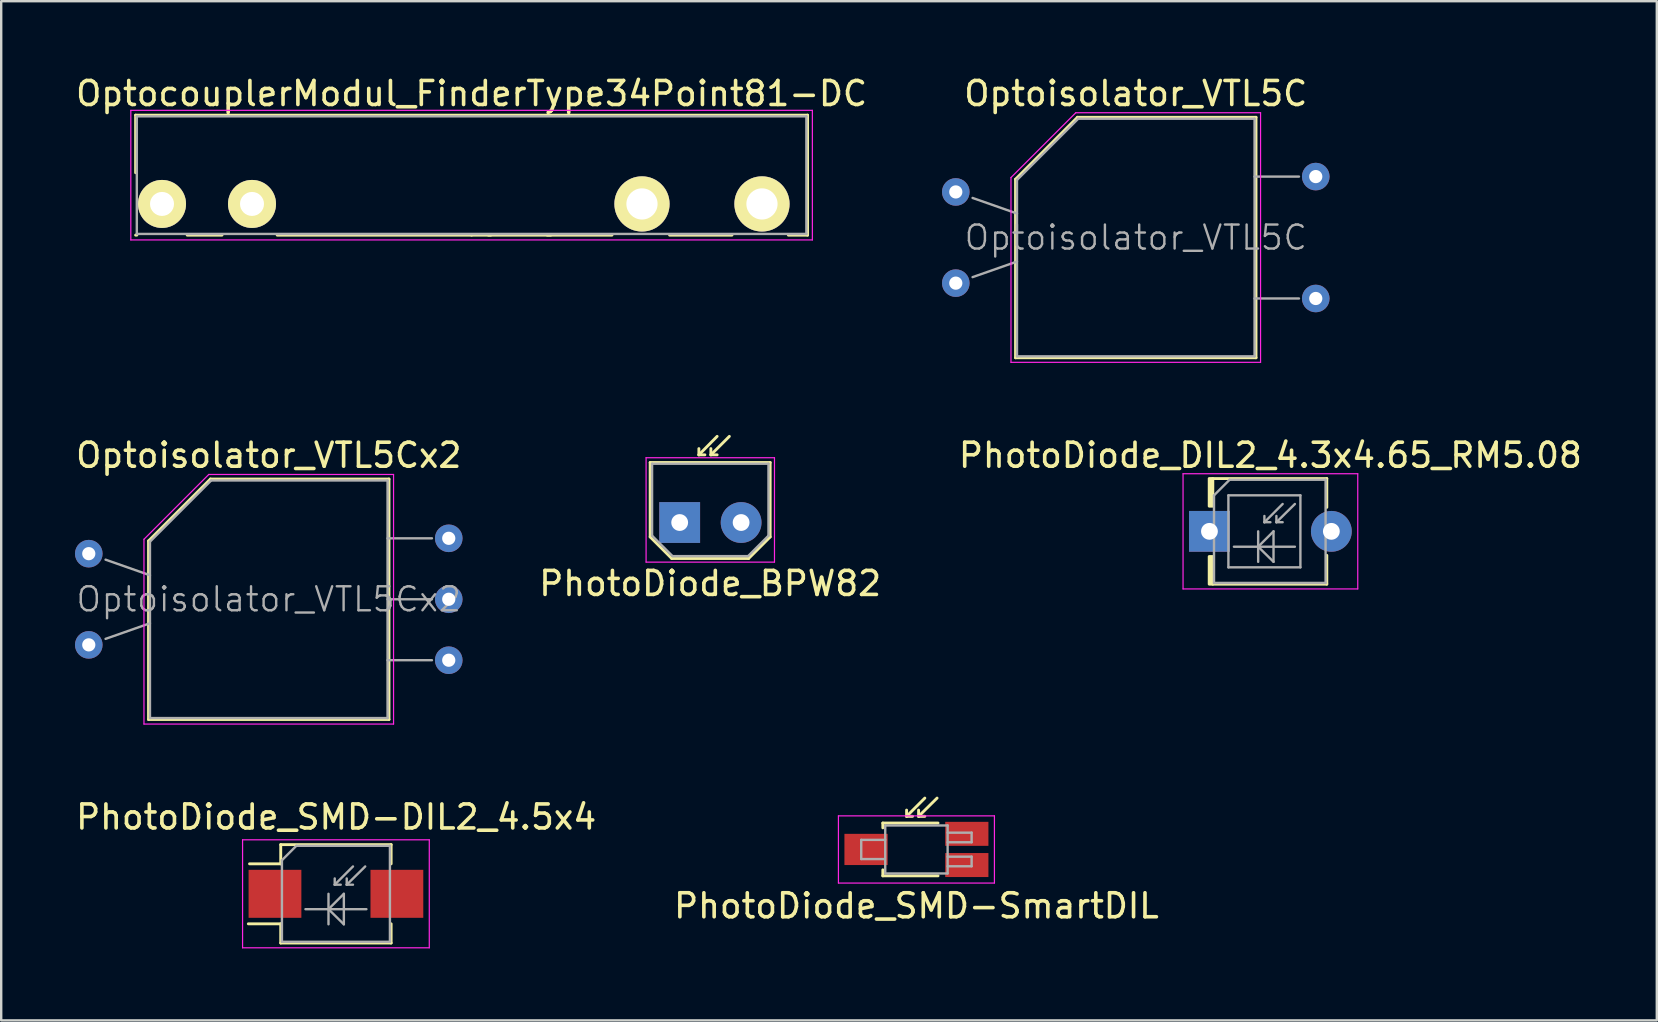
<source format=kicad_pcb>
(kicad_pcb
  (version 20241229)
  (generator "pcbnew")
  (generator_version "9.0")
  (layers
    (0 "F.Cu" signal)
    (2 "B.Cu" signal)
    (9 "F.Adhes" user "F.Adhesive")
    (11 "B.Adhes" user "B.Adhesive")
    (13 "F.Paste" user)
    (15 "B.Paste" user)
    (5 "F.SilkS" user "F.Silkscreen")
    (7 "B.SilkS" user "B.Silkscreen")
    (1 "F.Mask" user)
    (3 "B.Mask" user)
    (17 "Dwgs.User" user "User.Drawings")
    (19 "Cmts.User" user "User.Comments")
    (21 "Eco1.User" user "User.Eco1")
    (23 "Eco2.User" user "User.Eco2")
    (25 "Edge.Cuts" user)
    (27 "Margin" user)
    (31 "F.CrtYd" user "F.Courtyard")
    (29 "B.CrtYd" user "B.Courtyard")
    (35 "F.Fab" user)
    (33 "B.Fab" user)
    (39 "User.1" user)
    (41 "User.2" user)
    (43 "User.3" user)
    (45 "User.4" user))
  (footprint "PhotoDiode_SMD-DIL2_4.5x4"
    (layer "F.Cu")
    (at 10.948 34.195)
    (property "Reference" "PhotoDiode_SMD-DIL2_4.5x4" (at 0.01 -3.2 0) (layer "F.SilkS") (effects (font (size 1 1) (thickness 0.15))))
    (attr smd)
    (fp_line (start -3.65 1.25) (end -2.3 1.25) (stroke (width 0.12) (type solid)) (layer "F.SilkS"))
    (fp_line (start -2.3 -2.05) (end -2.3 -1.25) (stroke (width 0.12) (type solid)) (layer "F.SilkS"))
    (fp_line (start -2.3 -1.25) (end -3.6 -1.25) (stroke (width 0.12) (type solid)) (layer "F.SilkS"))
    (fp_line (start -2.3 1.25) (end -2.3 2.05) (stroke (width 0.12) (type solid)) (layer "F.SilkS"))
    (fp_line (start -2.3 2.05) (end 2.3 2.05) (stroke (width 0.12) (type solid)) (layer "F.SilkS"))
    (fp_line (start 2.3 -2.05) (end -2.3 -2.05) (stroke (width 0.12) (type solid)) (layer "F.SilkS"))
    (fp_line (start 2.3 -1.25) (end 2.3 -2.05) (stroke (width 0.12) (type solid)) (layer "F.SilkS"))
    (fp_line (start 2.3 2.05) (end 2.3 1.25) (stroke (width 0.12) (type solid)) (layer "F.SilkS"))
    (fp_line (start -3.89 -2.25) (end -3.89 2.25) (stroke (width 0.05) (type solid)) (layer "F.CrtYd"))
    (fp_line (start -3.89 -2.25) (end 3.89 -2.25) (stroke (width 0.05) (type solid)) (layer "F.CrtYd"))
    (fp_line (start 3.89 2.25) (end -3.89 2.25) (stroke (width 0.05) (type solid)) (layer "F.CrtYd"))
    (fp_line (start 3.89 2.25) (end 3.89 -2.25) (stroke (width 0.05) (type solid)) (layer "F.CrtYd"))
    (fp_line (start -2.25 -1.4) (end -2.25 2) (stroke (width 0.1) (type solid)) (layer "F.Fab"))
    (fp_line (start -2.25 -1.4) (end -1.65 -2) (stroke (width 0.1) (type solid)) (layer "F.Fab"))
    (fp_line (start -1.65 -2) (end 2.25 -2) (stroke (width 0.1) (type solid)) (layer "F.Fab"))
    (fp_line (start -1.27 0.64) (end 1.27 0.64) (stroke (width 0.1) (type solid)) (layer "F.Fab"))
    (fp_line (start -0.31 0) (end -0.31 1.27) (stroke (width 0.1) (type solid)) (layer "F.Fab"))
    (fp_line (start -0.31 0.64) (end 0.33 0) (stroke (width 0.1) (type solid)) (layer "F.Fab"))
    (fp_line (start -0.05 -0.38) (end -0.05 -0.64) (stroke (width 0.1) (type solid)) (layer "F.Fab"))
    (fp_line (start -0.05 -0.38) (end 0.2 -0.38) (stroke (width 0.1) (type solid)) (layer "F.Fab"))
    (fp_line (start 0.33 0) (end 0.33 1.27) (stroke (width 0.1) (type solid)) (layer "F.Fab"))
    (fp_line (start 0.33 1.27) (end -0.31 0.64) (stroke (width 0.1) (type solid)) (layer "F.Fab"))
    (fp_line (start 0.45 -0.38) (end 0.45 -0.64) (stroke (width 0.1) (type solid)) (layer "F.Fab"))
    (fp_line (start 0.45 -0.38) (end 0.71 -0.38) (stroke (width 0.1) (type solid)) (layer "F.Fab"))
    (fp_line (start 0.71 -1.14) (end -0.05 -0.38) (stroke (width 0.1) (type solid)) (layer "F.Fab"))
    (fp_line (start 1.22 -1.14) (end 0.45 -0.38) (stroke (width 0.1) (type solid)) (layer "F.Fab"))
    (fp_line (start 2.25 -2) (end 2.25 2) (stroke (width 0.1) (type solid)) (layer "F.Fab"))
    (fp_line (start 2.25 2) (end -2.25 2) (stroke (width 0.1) (type solid)) (layer "F.Fab"))
    (pad "1" smd rect (at -2.54 0 180) (size 2.2 2) (layers "F.Cu" "F.Mask" "F.Paste"))
    (pad "2" smd rect (at 2.54 0 180) (size 2.2 2) (layers "F.Cu" "F.Mask" "F.Paste")))
  (footprint "PhotoDiode_SMD-SmartDIL"
    (layer "F.Cu")
    (at 35.137 32.346)
    (property "Reference" "PhotoDiode_SMD-SmartDIL" (at 0 2.35 0) (layer "F.SilkS") (effects (font (size 1 1) (thickness 0.15))))
    (attr smd)
    (fp_line (start -1.4 -1.1) (end -1.4 -0.9) (stroke (width 0.12) (type solid)) (layer "F.SilkS"))
    (fp_line (start -1.4 -1.1) (end 0.9 -1.1) (stroke (width 0.12) (type solid)) (layer "F.SilkS"))
    (fp_line (start -1.4 1.1) (end -1.4 0.85) (stroke (width 0.12) (type solid)) (layer "F.SilkS"))
    (fp_line (start -0.41 -1.38) (end -0.41 -1.64) (stroke (width 0.12) (type solid)) (layer "F.SilkS"))
    (fp_line (start -0.41 -1.38) (end -0.16 -1.38) (stroke (width 0.12) (type solid)) (layer "F.SilkS"))
    (fp_line (start 0.09 -1.38) (end 0.09 -1.64) (stroke (width 0.12) (type solid)) (layer "F.SilkS"))
    (fp_line (start 0.09 -1.38) (end 0.35 -1.38) (stroke (width 0.12) (type solid)) (layer "F.SilkS"))
    (fp_line (start 0.35 -2.14) (end -0.41 -1.38) (stroke (width 0.12) (type solid)) (layer "F.SilkS"))
    (fp_line (start 0.86 -2.14) (end 0.09 -1.38) (stroke (width 0.12) (type solid)) (layer "F.SilkS"))
    (fp_line (start 0.9 1.1) (end -1.4 1.1) (stroke (width 0.12) (type solid)) (layer "F.SilkS"))
    (fp_line (start -3.25 -1.4) (end -3.25 1.4) (stroke (width 0.05) (type solid)) (layer "F.CrtYd"))
    (fp_line (start -3.25 -1.4) (end 3.25 -1.4) (stroke (width 0.05) (type solid)) (layer "F.CrtYd"))
    (fp_line (start 3.25 1.4) (end -3.25 1.4) (stroke (width 0.05) (type solid)) (layer "F.CrtYd"))
    (fp_line (start 3.25 1.4) (end 3.25 -1.4) (stroke (width 0.05) (type solid)) (layer "F.CrtYd"))
    (fp_line (start -2.3 -0.4) (end -2.3 0.4) (stroke (width 0.1) (type solid)) (layer "F.Fab"))
    (fp_line (start -2.3 0.4) (end -1.35 0.4) (stroke (width 0.1) (type solid)) (layer "F.Fab"))
    (fp_line (start -1.3 -1) (end -1.3 1) (stroke (width 0.1) (type solid)) (layer "F.Fab"))
    (fp_line (start -1.3 -0.4) (end -2.3 -0.4) (stroke (width 0.1) (type solid)) (layer "F.Fab"))
    (fp_line (start -1.3 1) (end 1.3 1) (stroke (width 0.1) (type solid)) (layer "F.Fab"))
    (fp_line (start 1.3 -1) (end -1.3 -1) (stroke (width 0.1) (type solid)) (layer "F.Fab"))
    (fp_line (start 1.3 -0.7) (end 2.3 -0.7) (stroke (width 0.1) (type solid)) (layer "F.Fab"))
    (fp_line (start 1.3 0.3) (end 2.3 0.3) (stroke (width 0.1) (type solid)) (layer "F.Fab"))
    (fp_line (start 1.3 1) (end 1.3 -1) (stroke (width 0.1) (type solid)) (layer "F.Fab"))
    (fp_line (start 2.3 -0.7) (end 2.3 -0.3) (stroke (width 0.1) (type solid)) (layer "F.Fab"))
    (fp_line (start 2.3 -0.3) (end 1.3 -0.3) (stroke (width 0.1) (type solid)) (layer "F.Fab"))
    (fp_line (start 2.3 0.3) (end 2.3 0.7) (stroke (width 0.1) (type solid)) (layer "F.Fab"))
    (fp_line (start 2.3 0.7) (end 1.3 0.7) (stroke (width 0.1) (type solid)) (layer "F.Fab"))
    (pad "1" smd rect (at -2.1 0 180) (size 1.8 1.3) (layers "F.Cu" "F.Mask" "F.Paste"))
    (pad "2" smd rect (at 2.1 -0.65 180) (size 1.8 1) (layers "F.Cu" "F.Mask" "F.Paste"))
    (pad "3" smd rect (at 2.1 0.65 180) (size 1.8 1) (layers "F.Cu" "F.Mask" "F.Paste")))
  (footprint "PhotoDiode_DIL2_4.3x4.65_RM5.08"
    (layer "F.Cu")
    (at 47.347 19.091)
    (property "Reference" "PhotoDiode_DIL2_4.3x4.65_RM5.08" (at 2.54 -3.17 0) (layer "F.SilkS") (effects (font (size 1 1) (thickness 0.15))))
    (attr through_hole)
    (fp_line (start -0.01 -1.05) (end -0.01 -2.2) (stroke (width 0.12) (type solid)) (layer "F.SilkS"))
    (fp_line (start -0.01 1.05) (end -0.01 2.2) (stroke (width 0.12) (type solid)) (layer "F.SilkS"))
    (fp_line (start 0.04 -2.2) (end 0.04 -1.05) (stroke (width 0.12) (type solid)) (layer "F.SilkS"))
    (fp_line (start 0.04 2.2) (end 0.04 1.05) (stroke (width 0.12) (type solid)) (layer "F.SilkS"))
    (fp_line (start 0.09 -2.2) (end 0.09 -1.05) (stroke (width 0.12) (type solid)) (layer "F.SilkS"))
    (fp_line (start 0.09 1.05) (end 0.09 2.2) (stroke (width 0.12) (type solid)) (layer "F.SilkS"))
    (fp_line (start 0.14 -2.2) (end 4.89 -2.2) (stroke (width 0.12) (type solid)) (layer "F.SilkS"))
    (fp_line (start 0.14 -1.05) (end 0.14 -2.2) (stroke (width 0.12) (type solid)) (layer "F.SilkS"))
    (fp_line (start 0.14 2.2) (end 0.14 1.05) (stroke (width 0.12) (type solid)) (layer "F.SilkS"))
    (fp_line (start 4.89 -2.2) (end 4.89 -1) (stroke (width 0.12) (type solid)) (layer "F.SilkS"))
    (fp_line (start 4.89 1) (end 4.89 2.2) (stroke (width 0.12) (type solid)) (layer "F.SilkS"))
    (fp_line (start 4.89 2.2) (end 0.14 2.2) (stroke (width 0.12) (type solid)) (layer "F.SilkS"))
    (fp_line (start -1.1 -2.4) (end -1.1 2.4) (stroke (width 0.05) (type solid)) (layer "F.CrtYd"))
    (fp_line (start -1.1 -2.4) (end 6.18 -2.4) (stroke (width 0.05) (type solid)) (layer "F.CrtYd"))
    (fp_line (start 6.18 2.4) (end -1.1 2.4) (stroke (width 0.05) (type solid)) (layer "F.CrtYd"))
    (fp_line (start 6.18 2.4) (end 6.18 -2.4) (stroke (width 0.05) (type solid)) (layer "F.CrtYd"))
    (fp_line (start 0.19 -1.5) (end 0.84 -2.15) (stroke (width 0.1) (type solid)) (layer "F.Fab"))
    (fp_line (start 0.19 2.15) (end 0.19 -1.5) (stroke (width 0.1) (type solid)) (layer "F.Fab"))
    (fp_line (start 0.79 -1.5) (end 0.79 1.5) (stroke (width 0.1) (type solid)) (layer "F.Fab"))
    (fp_line (start 0.79 1.5) (end 3.79 1.5) (stroke (width 0.1) (type solid)) (layer "F.Fab"))
    (fp_line (start 0.84 -2.15) (end 4.84 -2.15) (stroke (width 0.1) (type solid)) (layer "F.Fab"))
    (fp_line (start 1.02 0.64) (end 3.56 0.64) (stroke (width 0.1) (type solid)) (layer "F.Fab"))
    (fp_line (start 2.03 0) (end 2.03 1.27) (stroke (width 0.1) (type solid)) (layer "F.Fab"))
    (fp_line (start 2.03 0.64) (end 2.67 0) (stroke (width 0.1) (type solid)) (layer "F.Fab"))
    (fp_line (start 2.29 -0.38) (end 2.29 -0.64) (stroke (width 0.1) (type solid)) (layer "F.Fab"))
    (fp_line (start 2.29 -0.38) (end 2.54 -0.38) (stroke (width 0.1) (type solid)) (layer "F.Fab"))
    (fp_line (start 2.67 0) (end 2.67 1.27) (stroke (width 0.1) (type solid)) (layer "F.Fab"))
    (fp_line (start 2.67 1.27) (end 2.03 0.64) (stroke (width 0.1) (type solid)) (layer "F.Fab"))
    (fp_line (start 2.79 -0.38) (end 2.79 -0.64) (stroke (width 0.1) (type solid)) (layer "F.Fab"))
    (fp_line (start 2.79 -0.38) (end 3.05 -0.38) (stroke (width 0.1) (type solid)) (layer "F.Fab"))
    (fp_line (start 3.05 -1.14) (end 2.29 -0.38) (stroke (width 0.1) (type solid)) (layer "F.Fab"))
    (fp_line (start 3.56 -1.14) (end 2.79 -0.38) (stroke (width 0.1) (type solid)) (layer "F.Fab"))
    (fp_line (start 3.79 -1.5) (end 0.79 -1.5) (stroke (width 0.1) (type solid)) (layer "F.Fab"))
    (fp_line (start 3.79 1.5) (end 3.79 -1.5) (stroke (width 0.1) (type solid)) (layer "F.Fab"))
    (fp_line (start 4.84 -2.15) (end 4.84 2.15) (stroke (width 0.1) (type solid)) (layer "F.Fab"))
    (fp_line (start 4.84 2.15) (end 0.19 2.15) (stroke (width 0.1) (type solid)) (layer "F.Fab"))
    (pad "1" thru_hole rect (at 0 0 180) (size 1.7 1.7) (drill 0.7) (layers "*.Cu" "*.Mask"))
    (pad "2" thru_hole circle (at 5.08 0 180) (size 1.7 1.7) (drill 0.7) (layers "*.Cu" "*.Mask")))
  (footprint "OptocouplerModul_FinderType34Point81-DC"
    (layer "F.Cu")
    (at 7.451 5.448)
    (property "Reference" "OptocouplerModul_FinderType34Point81-DC" (at 9.15 -4.6 0) (layer "F.SilkS") (effects (font (size 1 1) (thickness 0.15))))
    (attr through_hole)
    (fp_line (start -4.85 -3.7) (end -4.85 -1.3) (stroke (width 0.12) (type solid)) (layer "F.SilkS"))
    (fp_line (start -4.85 1.3) (end -4.8 1.3) (stroke (width 0.12) (type solid)) (layer "F.SilkS"))
    (fp_line (start -2.7 1.3) (end -1.25 1.3) (stroke (width 0.12) (type solid)) (layer "F.SilkS"))
    (fp_line (start 1.05 1.3) (end 9.15 1.3) (stroke (width 0.12) (type solid)) (layer "F.SilkS"))
    (fp_line (start 9.15 1.3) (end 9.95 1.3) (stroke (width 0.12) (type solid)) (layer "F.SilkS"))
    (fp_line (start 12.3 1.3) (end 15 1.3) (stroke (width 0.12) (type solid)) (layer "F.SilkS"))
    (fp_line (start 12.45 1.3) (end 9.85 1.3) (stroke (width 0.12) (type solid)) (layer "F.SilkS"))
    (fp_line (start 17.4 1.3) (end 20 1.3) (stroke (width 0.12) (type solid)) (layer "F.SilkS"))
    (fp_line (start 22.35 1.3) (end 23.15 1.3) (stroke (width 0.12) (type solid)) (layer "F.SilkS"))
    (fp_line (start 23.15 -3.7) (end -4.85 -3.7) (stroke (width 0.12) (type solid)) (layer "F.SilkS"))
    (fp_line (start 23.15 1.3) (end 23.15 -3.7) (stroke (width 0.12) (type solid)) (layer "F.SilkS"))
    (fp_line (start -5.05 -3.9) (end -5.05 1.5) (stroke (width 0.05) (type solid)) (layer "F.CrtYd"))
    (fp_line (start -5.05 -3.9) (end 23.35 -3.9) (stroke (width 0.05) (type solid)) (layer "F.CrtYd"))
    (fp_line (start 23.35 1.5) (end -5.05 1.5) (stroke (width 0.05) (type solid)) (layer "F.CrtYd"))
    (fp_line (start 23.35 1.5) (end 23.35 -3.9) (stroke (width 0.05) (type solid)) (layer "F.CrtYd"))
    (fp_line (start -4.8 -3.65) (end -4.8 1.25) (stroke (width 0.1) (type solid)) (layer "F.Fab"))
    (fp_line (start -4.8 1.25) (end 23.1 1.25) (stroke (width 0.1) (type solid)) (layer "F.Fab"))
    (fp_line (start 23.1 -3.65) (end -4.8 -3.65) (stroke (width 0.1) (type solid)) (layer "F.Fab"))
    (fp_line (start 23.1 1.25) (end 23.1 -3.65) (stroke (width 0.1) (type solid)) (layer "F.Fab"))
    (pad "11" thru_hole circle (at 16.25 0) (size 2.3 2.3) (drill 1.3) (layers "*.Cu" "*.Mask" "F.SilkS"))
    (pad "14" thru_hole circle (at 21.25 0) (size 2.3 2.3) (drill 1.3) (layers "*.Cu" "*.Mask" "F.SilkS"))
    (pad "A1" thru_hole circle (at 0 0) (size 2 2) (drill 1) (layers "*.Cu" "*.Mask" "F.SilkS"))
    (pad "A2" thru_hole circle (at -3.75 0) (size 2 2) (drill 1) (layers "*.Cu" "*.Mask" "F.SilkS")))
  (footprint "Optoisolator_VTL5C"
    (layer "F.Cu")
    (at 36.777 4.948)
    (property "Reference" "Optoisolator_VTL5C" (at 7.5 -4.1 0) (layer "F.SilkS") (effects (font (size 1 1) (thickness 0.15))))
    (attr through_hole)
    (fp_line (start 2.49 -0.53) (end 2.49 6.91) (stroke (width 0.12) (type solid)) (layer "F.SilkS"))
    (fp_line (start 2.49 6.91) (end 12.51 6.91) (stroke (width 0.12) (type solid)) (layer "F.SilkS"))
    (fp_line (start 5.07 -3.11) (end 2.49 -0.53) (stroke (width 0.12) (type solid)) (layer "F.SilkS"))
    (fp_line (start 12.51 -3.11) (end 5.07 -3.11) (stroke (width 0.12) (type solid)) (layer "F.SilkS"))
    (fp_line (start 12.51 6.91) (end 12.51 -3.11) (stroke (width 0.12) (type solid)) (layer "F.SilkS"))
    (fp_line (start 2.3 -0.6) (end 5 -3.3) (stroke (width 0.05) (type solid)) (layer "F.CrtYd"))
    (fp_line (start 2.3 7.1) (end 2.3 -0.6) (stroke (width 0.05) (type solid)) (layer "F.CrtYd"))
    (fp_line (start 5 -3.3) (end 12.7 -3.3) (stroke (width 0.05) (type solid)) (layer "F.CrtYd"))
    (fp_line (start 12.7 -3.3) (end 12.7 7.1) (stroke (width 0.05) (type solid)) (layer "F.CrtYd"))
    (fp_line (start 12.7 7.1) (end 2.3 7.1) (stroke (width 0.05) (type solid)) (layer "F.CrtYd"))
    (fp_line (start 0.7 0.25) (end 2.55 0.9) (stroke (width 0.1) (type solid)) (layer "F.Fab"))
    (fp_line (start 0.7 3.55) (end 2.55 2.9) (stroke (width 0.1) (type solid)) (layer "F.Fab"))
    (fp_line (start 2.55 6.85) (end 2.55 -0.5) (stroke (width 0.1) (type solid)) (layer "F.Fab"))
    (fp_line (start 5.1 -3.05) (end 2.55 -0.5) (stroke (width 0.1) (type solid)) (layer "F.Fab"))
    (fp_line (start 5.1 -3.05) (end 12.45 -3.05) (stroke (width 0.1) (type solid)) (layer "F.Fab"))
    (fp_line (start 12.45 -3.05) (end 12.45 6.85) (stroke (width 0.1) (type solid)) (layer "F.Fab"))
    (fp_line (start 12.45 6.85) (end 2.55 6.85) (stroke (width 0.1) (type solid)) (layer "F.Fab"))
    (fp_line (start 14.3 -0.64) (end 12.45 -0.64) (stroke (width 0.1) (type solid)) (layer "F.Fab"))
    (fp_line (start 14.3 4.44) (end 12.45 4.44) (stroke (width 0.1) (type solid)) (layer "F.Fab"))
    (fp_text user "${REFERENCE}" (at 7.5 1.9 0) (layer "F.Fab") (effects (font (size 1 1) (thickness 0.1))))
    (pad "1" thru_hole circle (at 0 0) (size 1.15 1.15) (drill 0.55) (layers "*.Cu" "*.Mask"))
    (pad "2" thru_hole circle (at 0 3.8) (size 1.15 1.15) (drill 0.55) (layers "*.Cu" "*.Mask"))
    (pad "3" thru_hole circle (at 15 -0.64) (size 1.15 1.15) (drill 0.55) (layers "*.Cu" "*.Mask"))
    (pad "4" thru_hole circle (at 15 4.44) (size 1.15 1.15) (drill 0.55) (layers "*.Cu" "*.Mask")))
  (footprint "Optoisolator_VTL5Cx2"
    (layer "F.Cu")
    (at 0.649 20.021)
    (property "Reference" "Optoisolator_VTL5Cx2" (at 7.5 -4.1 0) (layer "F.SilkS") (effects (font (size 1 1) (thickness 0.15))))
    (attr through_hole)
    (fp_line (start 2.49 -0.53) (end 2.49 6.91) (stroke (width 0.12) (type solid)) (layer "F.SilkS"))
    (fp_line (start 2.49 6.91) (end 12.51 6.91) (stroke (width 0.12) (type solid)) (layer "F.SilkS"))
    (fp_line (start 5.07 -3.11) (end 2.49 -0.53) (stroke (width 0.12) (type solid)) (layer "F.SilkS"))
    (fp_line (start 12.51 -3.11) (end 5.07 -3.11) (stroke (width 0.12) (type solid)) (layer "F.SilkS"))
    (fp_line (start 12.51 6.91) (end 12.51 -3.11) (stroke (width 0.12) (type solid)) (layer "F.SilkS"))
    (fp_line (start 2.3 -0.6) (end 5 -3.3) (stroke (width 0.05) (type solid)) (layer "F.CrtYd"))
    (fp_line (start 2.3 7.1) (end 2.3 -0.6) (stroke (width 0.05) (type solid)) (layer "F.CrtYd"))
    (fp_line (start 5 -3.3) (end 12.7 -3.3) (stroke (width 0.05) (type solid)) (layer "F.CrtYd"))
    (fp_line (start 12.7 -3.3) (end 12.7 7.1) (stroke (width 0.05) (type solid)) (layer "F.CrtYd"))
    (fp_line (start 12.7 7.1) (end 2.3 7.1) (stroke (width 0.05) (type solid)) (layer "F.CrtYd"))
    (fp_line (start 0.7 0.25) (end 2.55 0.9) (stroke (width 0.1) (type solid)) (layer "F.Fab"))
    (fp_line (start 0.7 3.55) (end 2.55 2.9) (stroke (width 0.1) (type solid)) (layer "F.Fab"))
    (fp_line (start 2.55 6.85) (end 2.55 -0.5) (stroke (width 0.1) (type solid)) (layer "F.Fab"))
    (fp_line (start 5.1 -3.05) (end 2.55 -0.5) (stroke (width 0.1) (type solid)) (layer "F.Fab"))
    (fp_line (start 5.1 -3.05) (end 12.45 -3.05) (stroke (width 0.1) (type solid)) (layer "F.Fab"))
    (fp_line (start 12.45 -3.05) (end 12.45 6.85) (stroke (width 0.1) (type solid)) (layer "F.Fab"))
    (fp_line (start 12.45 6.85) (end 2.55 6.85) (stroke (width 0.1) (type solid)) (layer "F.Fab"))
    (fp_line (start 14.3 -0.64) (end 12.45 -0.64) (stroke (width 0.1) (type solid)) (layer "F.Fab"))
    (fp_line (start 14.3 1.9) (end 12.45 1.9) (stroke (width 0.1) (type solid)) (layer "F.Fab"))
    (fp_line (start 14.3 4.44) (end 12.45 4.44) (stroke (width 0.1) (type solid)) (layer "F.Fab"))
    (fp_text user "${REFERENCE}" (at 7.5 1.9 0) (layer "F.Fab") (effects (font (size 1 1) (thickness 0.1))))
    (pad "1" thru_hole circle (at 0 0) (size 1.15 1.15) (drill 0.55) (layers "*.Cu" "*.Mask"))
    (pad "2" thru_hole circle (at 0 3.8) (size 1.15 1.15) (drill 0.55) (layers "*.Cu" "*.Mask"))
    (pad "3" thru_hole circle (at 15 -0.64) (size 1.15 1.15) (drill 0.55) (layers "*.Cu" "*.Mask"))
    (pad "4" thru_hole circle (at 15 1.9) (size 1.15 1.15) (drill 0.55) (layers "*.Cu" "*.Mask"))
    (pad "5" thru_hole circle (at 15 4.44) (size 1.15 1.15) (drill 0.55) (layers "*.Cu" "*.Mask")))
  (footprint "PhotoDiode_BPW82"
    (layer "F.Cu")
    (at 25.272 18.723)
    (property "Reference" "PhotoDiode_BPW82" (at 1.27 2.54 0) (layer "F.SilkS") (effects (font (size 1 1) (thickness 0.15))))
    (attr through_hole)
    (fp_line (start -1.23 -2.5) (end -1.23 0.6) (stroke (width 0.12) (type solid)) (layer "F.SilkS"))
    (fp_line (start -1.23 -2.5) (end 3.77 -2.5) (stroke (width 0.12) (type solid)) (layer "F.SilkS"))
    (fp_line (start -1.23 0.6) (end -0.33 1.5) (stroke (width 0.12) (type solid)) (layer "F.SilkS"))
    (fp_line (start -0.33 1.5) (end 2.87 1.5) (stroke (width 0.12) (type solid)) (layer "F.SilkS"))
    (fp_line (start 0.8 -2.82) (end 0.8 -3.08) (stroke (width 0.12) (type solid)) (layer "F.SilkS"))
    (fp_line (start 0.8 -2.82) (end 1.05 -2.82) (stroke (width 0.12) (type solid)) (layer "F.SilkS"))
    (fp_line (start 1.3 -2.82) (end 1.3 -3.08) (stroke (width 0.12) (type solid)) (layer "F.SilkS"))
    (fp_line (start 1.3 -2.82) (end 1.56 -2.82) (stroke (width 0.12) (type solid)) (layer "F.SilkS"))
    (fp_line (start 1.56 -3.59) (end 0.8 -2.82) (stroke (width 0.12) (type solid)) (layer "F.SilkS"))
    (fp_line (start 2.07 -3.59) (end 1.3 -2.82) (stroke (width 0.12) (type solid)) (layer "F.SilkS"))
    (fp_line (start 3.77 -2.5) (end 3.77 0.6) (stroke (width 0.12) (type solid)) (layer "F.SilkS"))
    (fp_line (start 3.77 0.6) (end 2.87 1.5) (stroke (width 0.12) (type solid)) (layer "F.SilkS"))
    (fp_line (start -1.4 -2.7) (end -1.4 1.65) (stroke (width 0.05) (type solid)) (layer "F.CrtYd"))
    (fp_line (start -1.4 -2.7) (end 3.95 -2.7) (stroke (width 0.05) (type solid)) (layer "F.CrtYd"))
    (fp_line (start 3.95 1.65) (end -1.4 1.65) (stroke (width 0.05) (type solid)) (layer "F.CrtYd"))
    (fp_line (start 3.95 1.65) (end 3.95 -2.7) (stroke (width 0.05) (type solid)) (layer "F.CrtYd"))
    (fp_line (start -1.15 -2.45) (end 3.7 -2.45) (stroke (width 0.1) (type solid)) (layer "F.Fab"))
    (fp_line (start -1.15 0.55) (end -1.15 -2.45) (stroke (width 0.1) (type solid)) (layer "F.Fab"))
    (fp_line (start -0.3 1.4) (end -1.15 0.55) (stroke (width 0.1) (type solid)) (layer "F.Fab"))
    (fp_line (start 2.85 1.4) (end -0.3 1.4) (stroke (width 0.1) (type solid)) (layer "F.Fab"))
    (fp_line (start 3.7 -2.45) (end 3.7 0.55) (stroke (width 0.1) (type solid)) (layer "F.Fab"))
    (fp_line (start 3.7 0.55) (end 2.85 1.4) (stroke (width 0.1) (type solid)) (layer "F.Fab"))
    (pad "1" thru_hole rect (at 0 0 180) (size 1.7 1.7) (drill 0.7) (layers "*.Cu" "*.Mask"))
    (pad "2" thru_hole circle (at 2.56 0 180) (size 1.7 1.7) (drill 0.7) (layers "*.Cu" "*.Mask")))
  (gr_rect
    (start -3 -3)
    (end 65.988 39.47)
    (stroke (width 0.1) (type default))
    (fill no)
    (layer "Edge.Cuts")))
</source>
